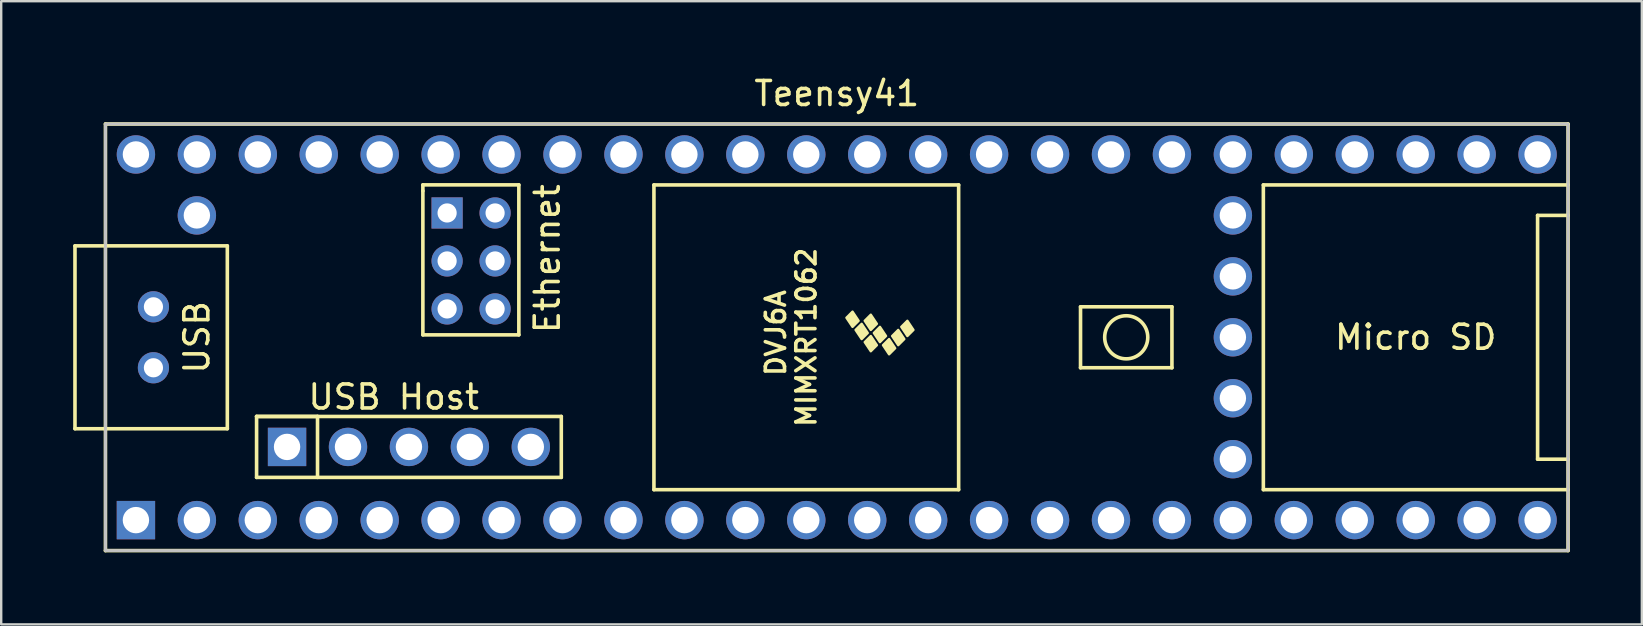
<source format=kicad_pcb>
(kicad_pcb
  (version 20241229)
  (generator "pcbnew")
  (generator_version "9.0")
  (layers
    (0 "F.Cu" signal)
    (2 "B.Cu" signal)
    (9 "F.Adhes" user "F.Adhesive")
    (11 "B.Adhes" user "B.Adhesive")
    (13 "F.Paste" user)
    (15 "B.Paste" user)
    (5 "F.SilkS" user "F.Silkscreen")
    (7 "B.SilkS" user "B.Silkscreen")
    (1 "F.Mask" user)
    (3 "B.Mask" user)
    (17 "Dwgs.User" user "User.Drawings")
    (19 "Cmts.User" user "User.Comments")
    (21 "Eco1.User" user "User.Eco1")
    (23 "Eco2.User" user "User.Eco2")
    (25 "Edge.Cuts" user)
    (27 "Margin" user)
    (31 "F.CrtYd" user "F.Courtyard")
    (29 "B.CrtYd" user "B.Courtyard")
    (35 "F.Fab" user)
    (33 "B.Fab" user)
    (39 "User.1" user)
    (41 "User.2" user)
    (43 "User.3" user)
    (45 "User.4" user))
  (footprint "Teensy41"
    (layer "F.Cu")
    (at 31.825 11.008)
    (property "Reference" "Teensy41" (at 0 -10.16 180) (layer "F.SilkS") (effects (font (size 1 1) (thickness 0.15))))
    (attr through_hole)
    (fp_line (start -31.75 -3.81) (end -30.48 -3.81) (stroke (width 0.15) (type solid)) (layer "F.SilkS"))
    (fp_line (start -31.75 3.81) (end -31.75 -3.81) (stroke (width 0.15) (type solid)) (layer "F.SilkS"))
    (fp_line (start -30.48 -8.89) (end 30.48 -8.89) (stroke (width 0.15) (type solid)) (layer "F.SilkS"))
    (fp_line (start -30.48 3.81) (end -31.75 3.81) (stroke (width 0.15) (type solid)) (layer "F.SilkS"))
    (fp_line (start -30.48 8.89) (end -30.48 -8.89) (stroke (width 0.15) (type solid)) (layer "F.SilkS"))
    (fp_line (start -25.4 -3.81) (end -30.48 -3.81) (stroke (width 0.15) (type solid)) (layer "F.SilkS"))
    (fp_line (start -25.4 3.81) (end -30.48 3.81) (stroke (width 0.15) (type solid)) (layer "F.SilkS"))
    (fp_line (start -25.4 3.81) (end -25.4 -3.81) (stroke (width 0.15) (type solid)) (layer "F.SilkS"))
    (fp_line (start -24.181 3.299) (end -21.641 3.299) (stroke (width 0.15) (type solid)) (layer "F.SilkS"))
    (fp_line (start -24.181 3.299) (end -11.481 3.299) (stroke (width 0.15) (type solid)) (layer "F.SilkS"))
    (fp_line (start -24.181 5.839) (end -24.181 3.299) (stroke (width 0.15) (type solid)) (layer "F.SilkS"))
    (fp_line (start -21.641 3.299) (end -21.641 5.839) (stroke (width 0.15) (type solid)) (layer "F.SilkS"))
    (fp_line (start -17.25 -6.352) (end -17.25 -6.102) (stroke (width 0.15) (type solid)) (layer "F.SilkS"))
    (fp_line (start -17.25 -6.102) (end -17.25 -0.102) (stroke (width 0.15) (type solid)) (layer "F.SilkS"))
    (fp_line (start -17.25 -0.102) (end -13.25 -0.102) (stroke (width 0.15) (type solid)) (layer "F.SilkS"))
    (fp_line (start -13.25 -6.352) (end -17.25 -6.352) (stroke (width 0.15) (type solid)) (layer "F.SilkS"))
    (fp_line (start -13.25 -0.102) (end -13.25 -6.352) (stroke (width 0.15) (type solid)) (layer "F.SilkS"))
    (fp_line (start -11.481 3.299) (end -11.481 5.839) (stroke (width 0.15) (type solid)) (layer "F.SilkS"))
    (fp_line (start -11.481 5.839) (end -24.181 5.839) (stroke (width 0.15) (type solid)) (layer "F.SilkS"))
    (fp_line (start -7.62 -6.35) (end -7.62 6.35) (stroke (width 0.15) (type solid)) (layer "F.SilkS"))
    (fp_line (start -7.62 6.35) (end 5.08 6.35) (stroke (width 0.15) (type solid)) (layer "F.SilkS"))
    (fp_line (start 5.08 -6.35) (end -7.62 -6.35) (stroke (width 0.15) (type solid)) (layer "F.SilkS"))
    (fp_line (start 5.08 6.35) (end 5.08 -6.35) (stroke (width 0.15) (type solid)) (layer "F.SilkS"))
    (fp_line (start 10.16 -1.27) (end 13.97 -1.27) (stroke (width 0.15) (type solid)) (layer "F.SilkS"))
    (fp_line (start 10.16 1.27) (end 10.16 -1.27) (stroke (width 0.15) (type solid)) (layer "F.SilkS"))
    (fp_line (start 13.97 -1.27) (end 13.97 1.27) (stroke (width 0.15) (type solid)) (layer "F.SilkS"))
    (fp_line (start 13.97 1.27) (end 10.16 1.27) (stroke (width 0.15) (type solid)) (layer "F.SilkS"))
    (fp_line (start 17.78 -6.35) (end 17.78 6.35) (stroke (width 0.15) (type solid)) (layer "F.SilkS"))
    (fp_line (start 17.78 6.35) (end 30.48 6.35) (stroke (width 0.15) (type solid)) (layer "F.SilkS"))
    (fp_line (start 29.21 -5.08) (end 29.21 5.08) (stroke (width 0.15) (type solid)) (layer "F.SilkS"))
    (fp_line (start 29.21 5.08) (end 30.48 5.08) (stroke (width 0.15) (type solid)) (layer "F.SilkS"))
    (fp_line (start 30.48 -8.89) (end 30.48 8.89) (stroke (width 0.15) (type solid)) (layer "F.SilkS"))
    (fp_line (start 30.48 -6.35) (end 17.78 -6.35) (stroke (width 0.15) (type solid)) (layer "F.SilkS"))
    (fp_line (start 30.48 -5.08) (end 29.21 -5.08) (stroke (width 0.15) (type solid)) (layer "F.SilkS"))
    (fp_line (start 30.48 8.89) (end -30.48 8.89) (stroke (width 0.15) (type solid)) (layer "F.SilkS"))
    (fp_circle (center 12.065 0) (end 12.7 -0.635) (stroke (width 0.15) (type solid)) (fill no) (layer "F.SilkS"))
    (fp_poly (pts (xy 0.911 -0.688) (xy 0.657 -0.434) (xy 0.403 -0.815) (xy 0.657 -1.069)) (stroke (width 0.1) (type solid)) (fill yes) (layer "F.SilkS"))
    (fp_poly (pts (xy 1.292 -0.18) (xy 1.038 0.074) (xy 0.784 -0.307) (xy 1.038 -0.561)) (stroke (width 0.1) (type solid)) (fill yes) (layer "F.SilkS"))
    (fp_poly (pts (xy 1.673 -0.561) (xy 1.419 -0.307) (xy 1.165 -0.688) (xy 1.419 -0.942)) (stroke (width 0.1) (type solid)) (fill yes) (layer "F.SilkS"))
    (fp_poly (pts (xy 1.673 0.328) (xy 1.419 0.582) (xy 1.165 0.201) (xy 1.419 -0.053)) (stroke (width 0.1) (type solid)) (fill yes) (layer "F.SilkS"))
    (fp_poly (pts (xy 2.054 -0.053) (xy 1.8 0.201) (xy 1.546 -0.18) (xy 1.8 -0.434)) (stroke (width 0.1) (type solid)) (fill yes) (layer "F.SilkS"))
    (fp_poly (pts (xy 2.435 0.455) (xy 2.181 0.709) (xy 1.927 0.328) (xy 2.181 0.074)) (stroke (width 0.1) (type solid)) (fill yes) (layer "F.SilkS"))
    (fp_poly (pts (xy 2.816 0.074) (xy 2.562 0.328) (xy 2.308 -0.053) (xy 2.562 -0.307)) (stroke (width 0.1) (type solid)) (fill yes) (layer "F.SilkS"))
    (fp_poly (pts (xy 3.197 -0.307) (xy 2.943 -0.053) (xy 2.689 -0.434) (xy 2.943 -0.688)) (stroke (width 0.1) (type solid)) (fill yes) (layer "F.SilkS"))
    (fp_rect (start -30.48 -8.89) (end 30.48 8.89) (stroke (width 0.12) (type default)) (fill no) (layer "Dwgs.User"))
    (fp_text user "USB Host" (at -18.466 2.489 180) (layer "F.SilkS") (effects (font (size 1 1) (thickness 0.15))))
    (fp_text user "DVJ6A" (at -2.54 -0.18 270) (layer "F.SilkS") (effects (font (size 0.8 0.8) (thickness 0.15))))
    (fp_text user "Ethernet" (at -12.065 -3.277 270) (layer "F.SilkS") (effects (font (size 1 1) (thickness 0.15))))
    (fp_text user "USB" (at -26.67 0 270) (layer "F.SilkS") (effects (font (size 1 1) (thickness 0.15))))
    (fp_text user "Micro SD" (at 24.13 0 180) (layer "F.SilkS") (effects (font (size 1 1) (thickness 0.15))))
    (fp_text user "MIMXRT1062" (at -1.27 0 270) (layer "F.SilkS") (effects (font (size 0.8 0.8) (thickness 0.15))))
    (pad "1" thru_hole rect (at -29.21 7.62) (size 1.6 1.6) (drill 1.1) (layers "*.Cu" "*.Mask"))
    (pad "2" thru_hole circle (at -26.67 7.62) (size 1.6 1.6) (drill 1.1) (layers "*.Cu" "*.Mask"))
    (pad "3" thru_hole circle (at -24.13 7.62) (size 1.6 1.6) (drill 1.1) (layers "*.Cu" "*.Mask"))
    (pad "4" thru_hole circle (at -21.59 7.62) (size 1.6 1.6) (drill 1.1) (layers "*.Cu" "*.Mask"))
    (pad "5" thru_hole circle (at -19.05 7.62) (size 1.6 1.6) (drill 1.1) (layers "*.Cu" "*.Mask"))
    (pad "6" thru_hole circle (at -16.51 7.62) (size 1.6 1.6) (drill 1.1) (layers "*.Cu" "*.Mask"))
    (pad "7" thru_hole circle (at -13.97 7.62) (size 1.6 1.6) (drill 1.1) (layers "*.Cu" "*.Mask"))
    (pad "8" thru_hole circle (at -11.43 7.62) (size 1.6 1.6) (drill 1.1) (layers "*.Cu" "*.Mask"))
    (pad "9" thru_hole circle (at -8.89 7.62) (size 1.6 1.6) (drill 1.1) (layers "*.Cu" "*.Mask"))
    (pad "10" thru_hole circle (at -6.35 7.62) (size 1.6 1.6) (drill 1.1) (layers "*.Cu" "*.Mask"))
    (pad "11" thru_hole circle (at -3.81 7.62) (size 1.6 1.6) (drill 1.1) (layers "*.Cu" "*.Mask"))
    (pad "12" thru_hole circle (at -1.27 7.62) (size 1.6 1.6) (drill 1.1) (layers "*.Cu" "*.Mask"))
    (pad "13" thru_hole circle (at 1.27 7.62) (size 1.6 1.6) (drill 1.1) (layers "*.Cu" "*.Mask"))
    (pad "14" thru_hole circle (at 3.81 7.62) (size 1.6 1.6) (drill 1.1) (layers "*.Cu" "*.Mask"))
    (pad "15" thru_hole circle (at 6.35 7.62) (size 1.6 1.6) (drill 1.1) (layers "*.Cu" "*.Mask"))
    (pad "16" thru_hole circle (at 8.89 7.62) (size 1.6 1.6) (drill 1.1) (layers "*.Cu" "*.Mask"))
    (pad "17" thru_hole circle (at 11.43 7.62) (size 1.6 1.6) (drill 1.1) (layers "*.Cu" "*.Mask"))
    (pad "18" thru_hole circle (at 13.97 7.62) (size 1.6 1.6) (drill 1.1) (layers "*.Cu" "*.Mask"))
    (pad "19" thru_hole circle (at 16.51 7.62) (size 1.6 1.6) (drill 1.1) (layers "*.Cu" "*.Mask"))
    (pad "20" thru_hole circle (at 19.05 7.62) (size 1.6 1.6) (drill 1.1) (layers "*.Cu" "*.Mask"))
    (pad "21" thru_hole circle (at 21.59 7.62) (size 1.6 1.6) (drill 1.1) (layers "*.Cu" "*.Mask"))
    (pad "22" thru_hole circle (at 24.13 7.62) (size 1.6 1.6) (drill 1.1) (layers "*.Cu" "*.Mask"))
    (pad "23" thru_hole circle (at 26.67 7.62) (size 1.6 1.6) (drill 1.1) (layers "*.Cu" "*.Mask"))
    (pad "24" thru_hole circle (at 29.21 7.62) (size 1.6 1.6) (drill 1.1) (layers "*.Cu" "*.Mask"))
    (pad "25" thru_hole circle (at 29.21 -7.62) (size 1.6 1.6) (drill 1.1) (layers "*.Cu" "*.Mask"))
    (pad "26" thru_hole circle (at 26.67 -7.62) (size 1.6 1.6) (drill 1.1) (layers "*.Cu" "*.Mask"))
    (pad "27" thru_hole circle (at 24.13 -7.62) (size 1.6 1.6) (drill 1.1) (layers "*.Cu" "*.Mask"))
    (pad "28" thru_hole circle (at 21.59 -7.62) (size 1.6 1.6) (drill 1.1) (layers "*.Cu" "*.Mask"))
    (pad "29" thru_hole circle (at 19.05 -7.62) (size 1.6 1.6) (drill 1.1) (layers "*.Cu" "*.Mask"))
    (pad "30" thru_hole circle (at 16.51 -7.62) (size 1.6 1.6) (drill 1.1) (layers "*.Cu" "*.Mask"))
    (pad "31" thru_hole circle (at 13.97 -7.62) (size 1.6 1.6) (drill 1.1) (layers "*.Cu" "*.Mask"))
    (pad "32" thru_hole circle (at 11.43 -7.62) (size 1.6 1.6) (drill 1.1) (layers "*.Cu" "*.Mask"))
    (pad "33" thru_hole circle (at 8.89 -7.62) (size 1.6 1.6) (drill 1.1) (layers "*.Cu" "*.Mask"))
    (pad "34" thru_hole circle (at 6.35 -7.62) (size 1.6 1.6) (drill 1.1) (layers "*.Cu" "*.Mask"))
    (pad "35" thru_hole circle (at 3.81 -7.62) (size 1.6 1.6) (drill 1.1) (layers "*.Cu" "*.Mask"))
    (pad "36" thru_hole circle (at 1.27 -7.62) (size 1.6 1.6) (drill 1.1) (layers "*.Cu" "*.Mask"))
    (pad "37" thru_hole circle (at -1.27 -7.62) (size 1.6 1.6) (drill 1.1) (layers "*.Cu" "*.Mask"))
    (pad "38" thru_hole circle (at -3.81 -7.62) (size 1.6 1.6) (drill 1.1) (layers "*.Cu" "*.Mask"))
    (pad "39" thru_hole circle (at -6.35 -7.62) (size 1.6 1.6) (drill 1.1) (layers "*.Cu" "*.Mask"))
    (pad "40" thru_hole circle (at -8.89 -7.62) (size 1.6 1.6) (drill 1.1) (layers "*.Cu" "*.Mask"))
    (pad "41" thru_hole circle (at -11.43 -7.62) (size 1.6 1.6) (drill 1.1) (layers "*.Cu" "*.Mask"))
    (pad "42" thru_hole circle (at -13.97 -7.62) (size 1.6 1.6) (drill 1.1) (layers "*.Cu" "*.Mask"))
    (pad "43" thru_hole circle (at -16.51 -7.62) (size 1.6 1.6) (drill 1.1) (layers "*.Cu" "*.Mask"))
    (pad "44" thru_hole circle (at -19.05 -7.62) (size 1.6 1.6) (drill 1.1) (layers "*.Cu" "*.Mask"))
    (pad "45" thru_hole circle (at -21.59 -7.62) (size 1.6 1.6) (drill 1.1) (layers "*.Cu" "*.Mask"))
    (pad "46" thru_hole circle (at -24.13 -7.62) (size 1.6 1.6) (drill 1.1) (layers "*.Cu" "*.Mask"))
    (pad "47" thru_hole circle (at -26.67 -7.62) (size 1.6 1.6) (drill 1.1) (layers "*.Cu" "*.Mask"))
    (pad "48" thru_hole circle (at -29.21 -7.62) (size 1.6 1.6) (drill 1.1) (layers "*.Cu" "*.Mask"))
    (pad "49" thru_hole circle (at -26.67 -5.08) (size 1.6 1.6) (drill 1.1) (layers "*.Cu" "*.Mask"))
    (pad "50" thru_hole circle (at 16.51 5.08) (size 1.6 1.6) (drill 1.1) (layers "*.Cu" "*.Mask"))
    (pad "51" thru_hole circle (at 16.51 2.54) (size 1.6 1.6) (drill 1.1) (layers "*.Cu" "*.Mask"))
    (pad "52" thru_hole circle (at 16.51 0) (size 1.6 1.6) (drill 1.1) (layers "*.Cu" "*.Mask"))
    (pad "53" thru_hole circle (at 16.51 -2.54) (size 1.6 1.6) (drill 1.1) (layers "*.Cu" "*.Mask"))
    (pad "54" thru_hole circle (at 16.51 -5.08) (size 1.6 1.6) (drill 1.1) (layers "*.Cu" "*.Mask"))
    (pad "55" thru_hole rect (at -22.911 4.569) (size 1.6 1.6) (drill 1.1) (layers "*.Cu" "*.Mask"))
    (pad "56" thru_hole circle (at -20.371 4.569) (size 1.6 1.6) (drill 1.1) (layers "*.Cu" "*.Mask"))
    (pad "57" thru_hole circle (at -17.831 4.569) (size 1.6 1.6) (drill 1.1) (layers "*.Cu" "*.Mask"))
    (pad "58" thru_hole circle (at -15.291 4.569) (size 1.6 1.6) (drill 1.1) (layers "*.Cu" "*.Mask"))
    (pad "59" thru_hole circle (at -12.751 4.569) (size 1.6 1.6) (drill 1.1) (layers "*.Cu" "*.Mask"))
    (pad "60" thru_hole rect (at -16.24 -5.182) (size 1.3 1.3) (drill 0.8) (layers "*.Cu" "*.Mask"))
    (pad "61" thru_hole circle (at -16.24 -3.182) (size 1.3 1.3) (drill 0.8) (layers "*.Cu" "*.Mask"))
    (pad "62" thru_hole circle (at -16.24 -1.182) (size 1.3 1.3) (drill 0.8) (layers "*.Cu" "*.Mask"))
    (pad "63" thru_hole circle (at -14.24 -1.182) (size 1.3 1.3) (drill 0.8) (layers "*.Cu" "*.Mask"))
    (pad "64" thru_hole circle (at -14.24 -3.182) (size 1.3 1.3) (drill 0.8) (layers "*.Cu" "*.Mask"))
    (pad "65" thru_hole circle (at -14.24 -5.182) (size 1.3 1.3) (drill 0.8) (layers "*.Cu" "*.Mask"))
    (pad "66" thru_hole circle (at -28.48 1.27) (size 1.3 1.3) (drill 0.8) (layers "*.Cu" "*.Mask"))
    (pad "67" thru_hole circle (at -28.48 -1.27) (size 1.3 1.3) (drill 0.8) (layers "*.Cu" "*.Mask")))
  (gr_rect
    (start -3 -3)
    (end 65.38 22.973)
    (stroke (width 0.1) (type default))
    (fill no)
    (layer "Edge.Cuts")))
</source>
